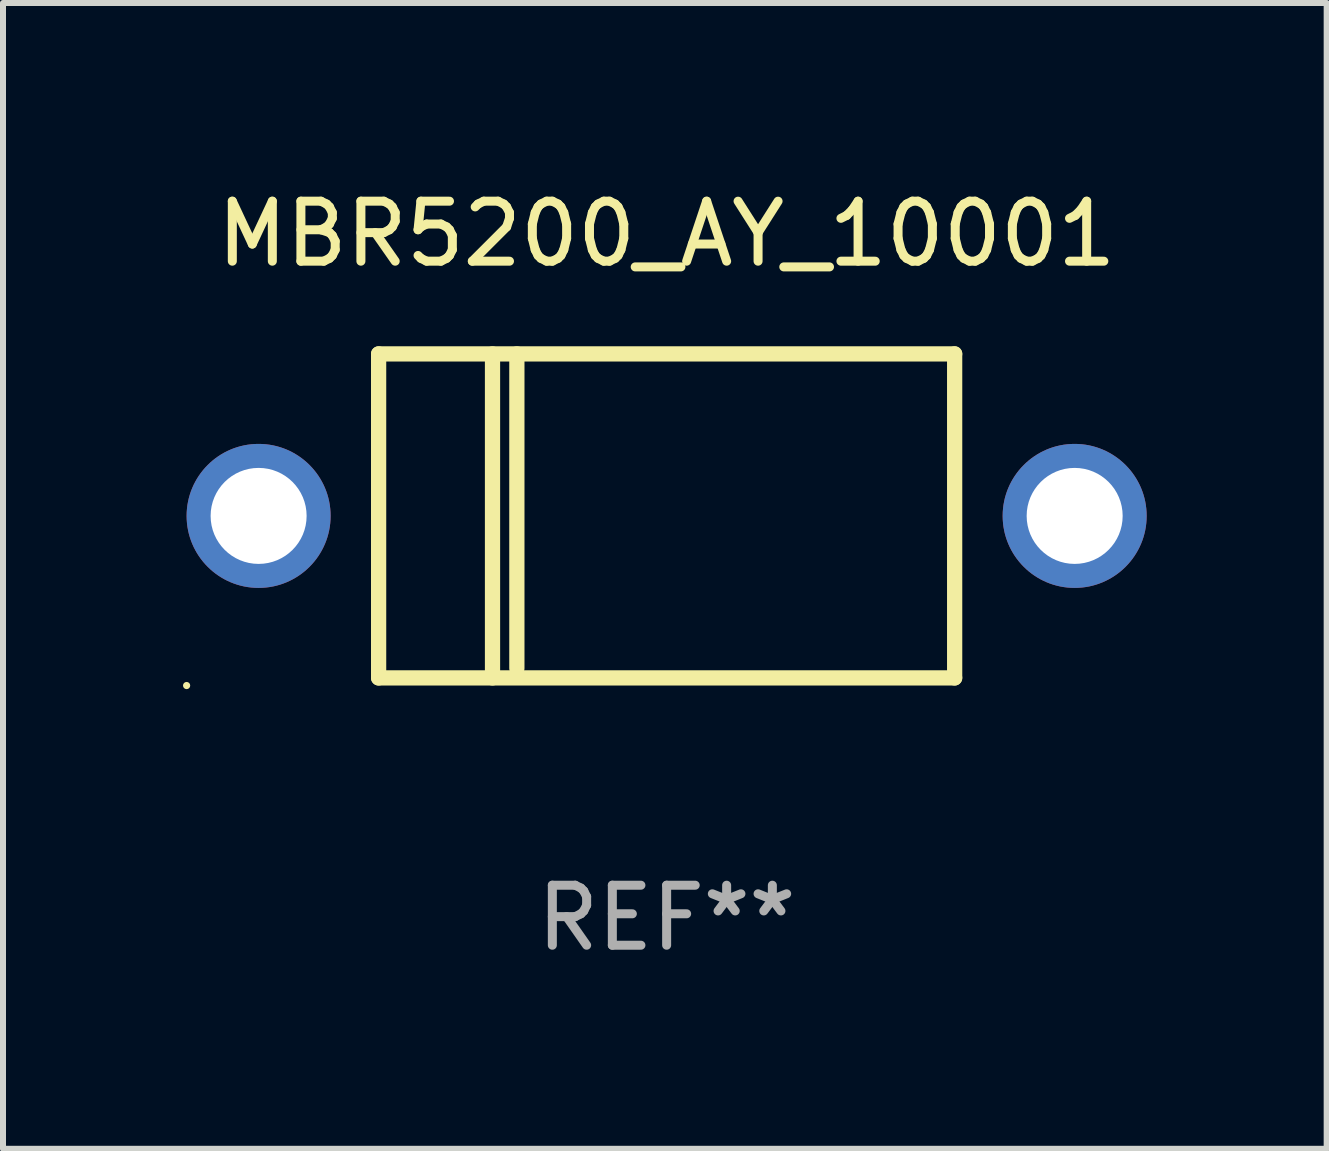
<source format=kicad_pcb>
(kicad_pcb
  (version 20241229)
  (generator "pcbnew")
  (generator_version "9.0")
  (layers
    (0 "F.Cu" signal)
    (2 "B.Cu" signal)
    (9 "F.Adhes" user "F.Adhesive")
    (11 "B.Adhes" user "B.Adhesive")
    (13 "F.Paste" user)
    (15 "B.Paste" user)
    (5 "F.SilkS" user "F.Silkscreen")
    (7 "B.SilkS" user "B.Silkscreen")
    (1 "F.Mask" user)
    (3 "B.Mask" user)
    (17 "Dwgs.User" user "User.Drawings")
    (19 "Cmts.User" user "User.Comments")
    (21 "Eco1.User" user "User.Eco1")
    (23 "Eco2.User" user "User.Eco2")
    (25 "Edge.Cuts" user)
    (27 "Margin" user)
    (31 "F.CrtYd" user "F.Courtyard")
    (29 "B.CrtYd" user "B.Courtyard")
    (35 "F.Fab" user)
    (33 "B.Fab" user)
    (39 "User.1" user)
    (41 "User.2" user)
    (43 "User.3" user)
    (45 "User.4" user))
  (footprint "MBR5200_AY_10001"
    (layer "F.Cu")
    (at 8.06 5.548)
    (property "Reference" "MBR5200_AY_10001" (at 0 -4.7 0) (layer "F.SilkS") (effects (font (size 1 1) (thickness 0.15))))
    (attr through_hole)
    (fp_line (start -4.8 -2.7) (end -4.8 2.7) (stroke (width 0.254) (type solid)) (layer "F.SilkS"))
    (fp_line (start -4.8 -2.7) (end 4.8 -2.7) (stroke (width 0.254) (type solid)) (layer "F.SilkS"))
    (fp_line (start -2.902 -2.7) (end -2.902 2.7) (stroke (width 0.254) (type solid)) (layer "F.SilkS"))
    (fp_line (start -2.496 -2.7) (end -2.496 2.54) (stroke (width 0.254) (type solid)) (layer "F.SilkS"))
    (fp_line (start 4.8 -2.7) (end 4.8 2.7) (stroke (width 0.254) (type solid)) (layer "F.SilkS"))
    (fp_line (start 4.8 2.7) (end -4.8 2.7) (stroke (width 0.254) (type solid)) (layer "F.SilkS"))
    (fp_circle (center -8 2.827) (end -7.97 2.827) (stroke (width 0.06) (type solid)) (fill no) (layer "F.SilkS"))
    (fp_text user "REF**" (at 0 6.7 0) (layer "F.Fab") (effects (font (size 1 1) (thickness 0.15))))
    (pad "1" thru_hole circle (at -6.8 0) (size 2.4 2.4) (drill 1.6) (layers "*.Cu" "*.Mask"))
    (pad "2" thru_hole circle (at 6.8 0) (size 2.4 2.4) (drill 1.6) (layers "*.Cu" "*.Mask")))
  (gr_rect
    (start -3 -3)
    (end 19.06 16.096)
    (stroke (width 0.1) (type default))
    (fill no)
    (layer "Edge.Cuts")))
</source>
